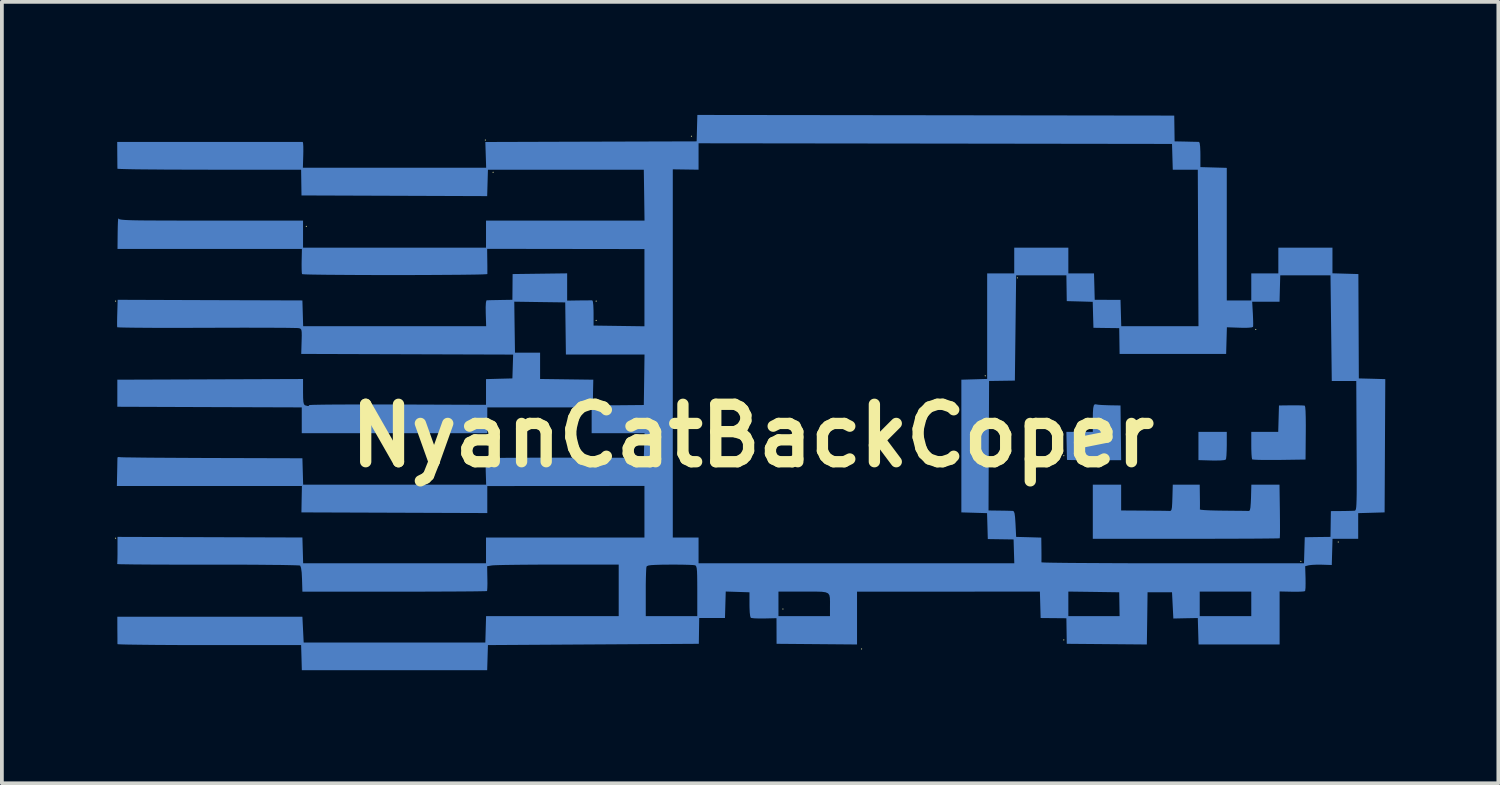
<source format=kicad_pcb>
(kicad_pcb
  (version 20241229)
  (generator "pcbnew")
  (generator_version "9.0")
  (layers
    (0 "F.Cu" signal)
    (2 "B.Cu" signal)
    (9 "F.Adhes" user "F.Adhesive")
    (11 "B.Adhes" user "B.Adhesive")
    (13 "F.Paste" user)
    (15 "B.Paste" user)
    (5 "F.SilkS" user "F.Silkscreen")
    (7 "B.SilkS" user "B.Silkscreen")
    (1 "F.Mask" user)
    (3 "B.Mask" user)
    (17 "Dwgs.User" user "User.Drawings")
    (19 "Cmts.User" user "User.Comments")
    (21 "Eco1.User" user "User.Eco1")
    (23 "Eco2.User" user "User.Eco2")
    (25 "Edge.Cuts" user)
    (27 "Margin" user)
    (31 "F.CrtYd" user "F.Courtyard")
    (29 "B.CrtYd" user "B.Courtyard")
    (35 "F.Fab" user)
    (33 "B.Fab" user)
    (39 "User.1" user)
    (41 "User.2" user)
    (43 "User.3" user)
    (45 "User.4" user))
  (footprint "NyanCatBackCoper"
    (layer "F.Cu")
    (at 16.922 8.512)
    (property "Reference" "NyanCatBackCoper" (at 0 0 0) (layer "F.SilkS") (effects (font (size 1.524 1.524) (thickness 0.3))))
    (attr board_only exclude_from_pos_files exclude_from_bom)
    (fp_poly (pts (xy 12.58 0.248) (xy 12.577 0.398) (xy 12.571 0.523) (xy 12.562 0.607) (xy 12.554 0.632) (xy 12.51 0.647) (xy 12.409 0.656) (xy 12.265 0.658) (xy 12.179 0.657) (xy 11.828 0.647) (xy 11.828 -0.103) (xy 12.58 -0.103)) (stroke (width 0) (type solid)) (fill yes) (layer "B.Cu"))
    (fp_poly (pts (xy 9.113 -0.832) (xy 9.167 -0.823) (xy 9.271 -0.815) (xy 9.406 -0.81) (xy 9.46 -0.808) (xy 9.76 -0.803) (xy 9.769 -0.077) (xy 9.778 0.65) (xy 9.06 0.65) (xy 8.846 0.649) (xy 8.658 0.648) (xy 8.505 0.646) (xy 8.397 0.644) (xy 8.344 0.642) (xy 8.34 0.641) (xy 8.339 0.605) (xy 8.337 0.516) (xy 8.334 0.387) (xy 8.332 0.265) (xy 8.324 -0.103) (xy 9.025 -0.103) (xy 9.025 -0.425) (xy 9.027 -0.608) (xy 9.036 -0.732) (xy 9.052 -0.805) (xy 9.078 -0.835)) (stroke (width 0) (type solid)) (fill yes) (layer "B.Cu"))
    (fp_poly (pts (xy 14.553 -0.805) (xy 14.63 -0.801) (xy 14.649 -0.798) (xy 14.661 -0.76) (xy 14.67 -0.657) (xy 14.675 -0.495) (xy 14.677 -0.277) (xy 14.676 -0.077) (xy 14.67 0.632) (xy 13.973 0.642) (xy 13.762 0.643) (xy 13.574 0.643) (xy 13.42 0.64) (xy 13.311 0.635) (xy 13.257 0.629) (xy 13.253 0.627) (xy 13.244 0.585) (xy 13.236 0.49) (xy 13.231 0.358) (xy 13.23 0.251) (xy 13.23 -0.103) (xy 13.945 -0.103) (xy 13.955 -0.453) (xy 13.965 -0.803) (xy 14.29 -0.807) (xy 14.434 -0.807)) (stroke (width 0) (type solid)) (fill yes) (layer "B.Cu"))
    (fp_poly (pts (xy 9.777 1.983) (xy 10.392 1.987) (xy 10.594 1.989) (xy 10.775 1.99) (xy 10.923 1.992) (xy 11.025 1.994) (xy 11.068 1.996) (xy 11.095 1.99) (xy 11.113 1.962) (xy 11.125 1.899) (xy 11.132 1.789) (xy 11.137 1.649) (xy 11.147 1.299) (xy 11.862 1.299) (xy 11.866 1.615) (xy 11.868 1.757) (xy 11.868 1.871) (xy 11.867 1.943) (xy 11.866 1.957) (xy 11.898 1.965) (xy 11.987 1.973) (xy 12.123 1.98) (xy 12.296 1.985) (xy 12.495 1.988) (xy 12.495 1.988) (xy 12.698 1.99) (xy 12.879 1.992) (xy 13.025 1.993) (xy 13.127 1.995) (xy 13.17 1.996) (xy 13.192 1.976) (xy 13.207 1.908) (xy 13.217 1.783) (xy 13.223 1.649) (xy 13.232 1.299) (xy 13.979 1.299) (xy 13.989 2.003) (xy 13.991 2.215) (xy 13.992 2.403) (xy 13.992 2.556) (xy 13.989 2.664) (xy 13.986 2.717) (xy 13.985 2.721) (xy 13.949 2.723) (xy 13.851 2.725) (xy 13.694 2.727) (xy 13.486 2.729) (xy 13.231 2.731) (xy 12.935 2.732) (xy 12.603 2.733) (xy 12.241 2.734) (xy 11.853 2.735) (xy 11.498 2.735) (xy 9.025 2.735) (xy 9.025 1.299) (xy 9.777 1.299)) (stroke (width 0) (type solid)) (fill yes) (layer "B.Cu"))
    (fp_poly (pts (xy 4.859 -8.504) (xy 11.186 -8.495) (xy 11.191 -8.153) (xy 11.196 -7.811) (xy 11.503 -7.805) (xy 11.644 -7.801) (xy 11.759 -7.799) (xy 11.832 -7.797) (xy 11.845 -7.796) (xy 11.861 -7.763) (xy 11.873 -7.672) (xy 11.879 -7.534) (xy 11.88 -7.461) (xy 11.88 -7.128) (xy 12.58 -7.108) (xy 12.58 -3.59) (xy 13.23 -3.59) (xy 13.23 -4.307) (xy 13.948 -4.307) (xy 13.948 -4.991) (xy 15.384 -4.991) (xy 15.384 -4.31) (xy 15.728 -4.3) (xy 16.072 -4.29) (xy 16.078 -2.906) (xy 16.084 -1.521) (xy 16.435 -1.512) (xy 16.786 -1.502) (xy 16.777 0.266) (xy 16.768 2.034) (xy 16.418 2.044) (xy 16.067 2.054) (xy 16.067 2.735) (xy 15.386 2.735) (xy 15.376 3.082) (xy 15.366 3.43) (xy 15.107 3.422) (xy 14.967 3.421) (xy 14.842 3.427) (xy 14.758 3.437) (xy 14.754 3.438) (xy 14.66 3.462) (xy 14.67 3.781) (xy 14.671 3.922) (xy 14.669 4.037) (xy 14.661 4.108) (xy 14.656 4.123) (xy 14.614 4.132) (xy 14.52 4.138) (xy 14.39 4.14) (xy 14.308 4.139) (xy 13.982 4.132) (xy 13.982 5.538) (xy 11.831 5.538) (xy 11.821 5.188) (xy 11.811 4.837) (xy 11.486 4.843) (xy 11.162 4.85) (xy 11.159 4.786) (xy 11.862 4.786) (xy 13.23 4.786) (xy 13.23 4.136) (xy 11.862 4.136) (xy 11.862 4.786) (xy 11.159 4.786) (xy 11.127 4.154) (xy 10.478 4.154) (xy 10.469 4.846) (xy 10.459 5.539) (xy 9.397 5.53) (xy 8.334 5.521) (xy 8.329 5.182) (xy 8.324 4.843) (xy 7.982 4.84) (xy 7.641 4.837) (xy 7.631 4.486) (xy 7.621 4.136) (xy 5.195 4.137) (xy 2.769 4.138) (xy 2.769 5.539) (xy 1.702 5.53) (xy 0.634 5.521) (xy 0.633 5.181) (xy 0.632 4.841) (xy 0.308 4.849) (xy 0.163 4.849) (xy 0.044 4.845) (xy -0.033 4.836) (xy -0.051 4.83) (xy -0.066 4.786) (xy 0.684 4.786) (xy 2.051 4.786) (xy 2.051 4.538) (xy 2.052 4.403) (xy 2.049 4.302) (xy 2.035 4.23) (xy 2 4.182) (xy 1.935 4.154) (xy 1.833 4.14) (xy 1.685 4.136) (xy 1.481 4.136) (xy 1.346 4.136) (xy 0.684 4.136) (xy 0.684 4.786) (xy -0.066 4.786) (xy -0.066 4.786) (xy -0.078 4.69) (xy -0.084 4.559) (xy -0.085 4.478) (xy -0.085 4.154) (xy -0.4 4.144) (xy -0.681 4.135) (xy 8.376 4.135) (xy 8.376 4.786) (xy 9.736 4.786) (xy 9.731 4.47) (xy 9.726 4.154) (xy 9.051 4.144) (xy 8.376 4.135) (xy -0.681 4.135) (xy -0.715 4.134) (xy -0.725 4.486) (xy -0.735 4.837) (xy -1.419 4.837) (xy -1.424 5.179) (xy -1.429 5.521) (xy -4.227 5.538) (xy -7.025 5.555) (xy -7.035 5.888) (xy -7.045 6.222) (xy -11.963 6.222) (xy -11.972 5.888) (xy -11.982 5.555) (xy -14.418 5.555) (xy -14.819 5.555) (xy -15.2 5.554) (xy -15.555 5.552) (xy -15.878 5.55) (xy -16.164 5.547) (xy -16.409 5.544) (xy -16.605 5.541) (xy -16.748 5.537) (xy -16.833 5.533) (xy -16.855 5.53) (xy -16.856 5.487) (xy -16.856 5.391) (xy -16.857 5.258) (xy -16.858 5.153) (xy -16.859 4.803) (xy -11.948 4.803) (xy -11.914 5.487) (xy -7.094 5.487) (xy -7.084 5.136) (xy -7.074 4.786) (xy -3.555 4.786) (xy -2.837 4.786) (xy -1.47 4.786) (xy -1.47 4.123) (xy -1.471 3.892) (xy -1.473 3.721) (xy -1.477 3.599) (xy -1.485 3.519) (xy -1.497 3.471) (xy -1.513 3.447) (xy -1.527 3.438) (xy -1.579 3.431) (xy -1.687 3.426) (xy -1.838 3.422) (xy -2.021 3.42) (xy -2.191 3.42) (xy -2.414 3.422) (xy -2.578 3.427) (xy -2.691 3.433) (xy -2.763 3.443) (xy -2.802 3.458) (xy -2.818 3.475) (xy -2.824 3.525) (xy -2.829 3.631) (xy -2.834 3.781) (xy -2.837 3.964) (xy -2.837 4.156) (xy -2.837 4.786) (xy -3.555 4.786) (xy -3.555 3.419) (xy -5.171 3.419) (xy -5.501 3.419) (xy -5.814 3.421) (xy -6.103 3.423) (xy -6.36 3.426) (xy -6.577 3.429) (xy -6.747 3.433) (xy -6.863 3.437) (xy -6.916 3.441) (xy -7.046 3.462) (xy -7.04 3.783) (xy -7.038 3.924) (xy -7.041 4.038) (xy -7.046 4.107) (xy -7.05 4.121) (xy -7.086 4.124) (xy -7.185 4.126) (xy -7.341 4.129) (xy -7.549 4.131) (xy -7.804 4.133) (xy -8.1 4.134) (xy -8.432 4.136) (xy -8.793 4.137) (xy -9.179 4.137) (xy -9.507 4.137) (xy -11.948 4.138) (xy -11.958 3.805) (xy -11.967 3.628) (xy -11.984 3.507) (xy -12.006 3.448) (xy -12.009 3.445) (xy -12.049 3.441) (xy -12.152 3.437) (xy -12.313 3.433) (xy -12.525 3.429) (xy -12.783 3.427) (xy -13.081 3.424) (xy -13.414 3.422) (xy -13.777 3.421) (xy -14.164 3.421) (xy -14.461 3.421) (xy -14.859 3.421) (xy -15.237 3.421) (xy -15.589 3.42) (xy -15.909 3.419) (xy -16.192 3.417) (xy -16.432 3.415) (xy -16.625 3.412) (xy -16.764 3.41) (xy -16.844 3.407) (xy -16.862 3.404) (xy -16.859 3.364) (xy -16.856 3.27) (xy -16.854 3.139) (xy -16.854 3.034) (xy -16.854 2.684) (xy -14.401 2.692) (xy -11.948 2.7) (xy -11.938 3.042) (xy -11.928 3.384) (xy -7.076 3.384) (xy -7.076 2.701) (xy -2.872 2.701) (xy -2.12 2.701) (xy -1.436 2.701) (xy -1.436 3.384) (xy 6.942 3.384) (xy 6.932 3.068) (xy 6.923 2.752) (xy 6.581 2.747) (xy 6.239 2.742) (xy 6.229 2.398) (xy 6.219 2.054) (xy 5.878 2.044) (xy 5.537 2.034) (xy 5.537 1.983) (xy 6.258 1.983) (xy 6.556 1.987) (xy 6.697 1.989) (xy 6.816 1.992) (xy 6.892 1.994) (xy 6.906 1.995) (xy 6.931 2.011) (xy 6.949 2.062) (xy 6.962 2.158) (xy 6.972 2.309) (xy 6.974 2.342) (xy 6.991 2.684) (xy 7.324 2.693) (xy 7.658 2.703) (xy 7.662 3.018) (xy 7.663 3.159) (xy 7.663 3.274) (xy 7.662 3.345) (xy 7.662 3.359) (xy 7.695 3.362) (xy 7.791 3.366) (xy 7.947 3.369) (xy 8.158 3.372) (xy 8.419 3.375) (xy 8.726 3.377) (xy 9.074 3.379) (xy 9.459 3.381) (xy 9.876 3.383) (xy 10.32 3.384) (xy 10.788 3.384) (xy 11.143 3.384) (xy 14.629 3.384) (xy 14.639 3.039) (xy 14.649 2.693) (xy 14.99 2.688) (xy 15.332 2.684) (xy 15.337 2.342) (xy 15.342 2) (xy 15.628 1.998) (xy 15.768 1.996) (xy 15.886 1.993) (xy 15.963 1.99) (xy 15.974 1.989) (xy 15.987 1.984) (xy 15.998 1.97) (xy 16.008 1.94) (xy 16.015 1.89) (xy 16.02 1.813) (xy 16.024 1.703) (xy 16.027 1.557) (xy 16.028 1.367) (xy 16.028 1.128) (xy 16.028 0.835) (xy 16.026 0.483) (xy 16.025 0.265) (xy 16.016 -1.453) (xy 15.366 -1.453) (xy 15.349 -2.855) (xy 15.332 -4.256) (xy 13.999 -4.256) (xy 13.989 -3.906) (xy 13.98 -3.555) (xy 13.254 -3.555) (xy 13.272 -3.239) (xy 13.278 -3.097) (xy 13.281 -2.979) (xy 13.279 -2.905) (xy 13.277 -2.889) (xy 13.238 -2.874) (xy 13.14 -2.865) (xy 12.993 -2.864) (xy 12.923 -2.866) (xy 12.583 -2.878) (xy 12.573 -2.524) (xy 12.563 -2.171) (xy 9.736 -2.171) (xy 9.731 -2.513) (xy 9.726 -2.855) (xy 9.384 -2.859) (xy 9.042 -2.864) (xy 9.032 -3.209) (xy 9.023 -3.553) (xy 8.678 -3.563) (xy 8.334 -3.572) (xy 8.329 -3.914) (xy 8.324 -4.256) (xy 6.991 -4.256) (xy 6.974 -2.859) (xy 6.957 -1.463) (xy 6.615 -1.458) (xy 6.273 -1.453) (xy 6.265 0.265) (xy 6.258 1.983) (xy 5.537 1.983) (xy 5.537 -1.487) (xy 5.879 -1.497) (xy 6.222 -1.507) (xy 6.222 -4.307) (xy 6.94 -4.307) (xy 6.94 -4.991) (xy 8.376 -4.991) (xy 8.376 -4.307) (xy 9.057 -4.307) (xy 9.067 -3.957) (xy 9.076 -3.607) (xy 9.418 -3.606) (xy 9.76 -3.606) (xy 9.77 -3.256) (xy 9.78 -2.906) (xy 11.829 -2.906) (xy 11.82 -4.983) (xy 11.811 -7.059) (xy 11.147 -7.059) (xy 11.137 -7.401) (xy 11.127 -7.743) (xy 4.846 -7.752) (xy -1.436 -7.76) (xy -1.436 -7.059) (xy -1.778 -7.064) (xy -2.12 -7.069) (xy -2.12 2.701) (xy -2.872 2.701) (xy -2.872 1.332) (xy -4.957 1.334) (xy -7.042 1.335) (xy -7.042 2.052) (xy -9.508 2.043) (xy -11.974 2.034) (xy -11.968 1.684) (xy -11.961 1.333) (xy -14.416 1.333) (xy -16.871 1.333) (xy -16.863 0.966) (xy -16.86 0.814) (xy -16.858 0.688) (xy -16.856 0.603) (xy -16.855 0.576) (xy -16.827 0.564) (xy -16.794 0.568) (xy -16.75 0.571) (xy -16.644 0.574) (xy -16.481 0.576) (xy -16.266 0.579) (xy -16.006 0.582) (xy -15.706 0.584) (xy -15.371 0.586) (xy -15.007 0.588) (xy -14.62 0.59) (xy -14.341 0.591) (xy -11.948 0.598) (xy -11.938 0.949) (xy -11.928 1.299) (xy -7.072 1.299) (xy -7.083 0.957) (xy -7.086 0.794) (xy -7.082 0.687) (xy -7.07 0.626) (xy -7.049 0.599) (xy -7.045 0.598) (xy -7.003 0.594) (xy -6.899 0.591) (xy -6.739 0.589) (xy -6.528 0.586) (xy -6.273 0.585) (xy -5.981 0.583) (xy -5.657 0.582) (xy -5.307 0.582) (xy -4.943 0.582) (xy -2.889 0.585) (xy -2.879 0.259) (xy -2.869 -0.068) (xy -4.273 -0.068) (xy -4.273 -0.752) (xy -7.042 -0.752) (xy -7.042 -0.068) (xy -11.965 -0.068) (xy -11.965 -0.752) (xy -14.412 -0.76) (xy -16.859 -0.769) (xy -16.859 -1.487) (xy -14.395 -1.496) (xy -11.931 -1.505) (xy -11.931 -1.166) (xy -11.929 -1.006) (xy -11.922 -0.901) (xy -11.908 -0.841) (xy -11.886 -0.812) (xy -11.877 -0.807) (xy -11.804 -0.788) (xy -11.769 -0.796) (xy -11.772 -0.812) (xy -11.741 -0.816) (xy -11.648 -0.82) (xy -11.497 -0.823) (xy -11.294 -0.826) (xy -11.044 -0.828) (xy -10.754 -0.829) (xy -10.428 -0.83) (xy -10.072 -0.83) (xy -9.691 -0.829) (xy -9.432 -0.829) (xy -7.076 -0.82) (xy -7.076 -1.502) (xy -6.726 -1.512) (xy -6.376 -1.521) (xy -6.366 -1.837) (xy -6.356 -2.153) (xy -9.167 -2.162) (xy -11.979 -2.171) (xy -11.969 -2.503) (xy -11.965 -2.656) (xy -11.967 -2.753) (xy -11.976 -2.81) (xy -11.996 -2.838) (xy -12.029 -2.852) (xy -12.039 -2.854) (xy -12.086 -2.858) (xy -12.196 -2.86) (xy -12.362 -2.863) (xy -12.579 -2.864) (xy -12.842 -2.866) (xy -13.145 -2.866) (xy -13.481 -2.867) (xy -13.846 -2.866) (xy -14.232 -2.865) (xy -14.486 -2.864) (xy -14.882 -2.863) (xy -15.257 -2.862) (xy -15.606 -2.863) (xy -15.924 -2.863) (xy -16.205 -2.865) (xy -16.443 -2.867) (xy -16.633 -2.87) (xy -16.769 -2.873) (xy -16.846 -2.877) (xy -16.862 -2.879) (xy -16.865 -2.922) (xy -16.865 -3.017) (xy -16.863 -3.15) (xy -16.86 -3.255) (xy -16.85 -3.607) (xy -14.399 -3.598) (xy -11.948 -3.59) (xy -11.938 -3.248) (xy -11.928 -2.906) (xy -7.072 -2.906) (xy -7.083 -3.248) (xy -7.085 -3.413) (xy -7.079 -3.528) (xy -7.073 -3.557) (xy -6.326 -3.557) (xy -6.317 -2.881) (xy -6.307 -2.205) (xy -5.641 -2.205) (xy -5.641 -1.506) (xy -4.229 -1.487) (xy -4.236 -1.171) (xy -4.238 -1.03) (xy -4.236 -0.915) (xy -4.231 -0.843) (xy -4.227 -0.829) (xy -4.19 -0.821) (xy -4.095 -0.815) (xy -3.953 -0.811) (xy -3.774 -0.809) (xy -3.571 -0.809) (xy -3.55 -0.809) (xy -2.889 -0.815) (xy -2.879 -1.484) (xy -2.87 -2.154) (xy -4.956 -2.154) (xy -4.974 -3.538) (xy -5.65 -3.547) (xy -6.326 -3.557) (xy -7.073 -3.557) (xy -7.066 -3.587) (xy -7.059 -3.593) (xy -7.012 -3.595) (xy -6.913 -3.598) (xy -6.78 -3.6) (xy -6.7 -3.602) (xy -6.376 -3.607) (xy -6.373 -3.948) (xy -6.37 -4.29) (xy -4.923 -4.309) (xy -4.923 -3.585) (xy -4.607 -3.59) (xy -4.464 -3.591) (xy -4.347 -3.592) (xy -4.272 -3.592) (xy -4.256 -3.592) (xy -4.24 -3.558) (xy -4.229 -3.467) (xy -4.223 -3.329) (xy -4.222 -3.256) (xy -4.222 -2.923) (xy -2.872 -2.904) (xy -2.872 -4.953) (xy -4.959 -4.956) (xy -7.046 -4.959) (xy -7.042 -4.642) (xy -7.04 -4.499) (xy -7.04 -4.381) (xy -7.04 -4.306) (xy -7.04 -4.29) (xy -7.073 -4.286) (xy -7.169 -4.281) (xy -7.319 -4.277) (xy -7.518 -4.274) (xy -7.759 -4.271) (xy -8.036 -4.269) (xy -8.341 -4.267) (xy -8.668 -4.265) (xy -9.012 -4.264) (xy -9.364 -4.264) (xy -9.719 -4.264) (xy -10.07 -4.264) (xy -10.41 -4.265) (xy -10.733 -4.267) (xy -11.032 -4.269) (xy -11.3 -4.271) (xy -11.532 -4.274) (xy -11.72 -4.277) (xy -11.858 -4.281) (xy -11.939 -4.286) (xy -11.958 -4.289) (xy -11.964 -4.328) (xy -11.968 -4.42) (xy -11.969 -4.548) (xy -11.968 -4.631) (xy -11.961 -4.957) (xy -16.854 -4.957) (xy -16.85 -5.393) (xy -16.847 -5.55) (xy -16.843 -5.673) (xy -16.837 -5.75) (xy -16.831 -5.772) (xy -16.83 -5.769) (xy -16.824 -5.757) (xy -16.809 -5.747) (xy -16.781 -5.739) (xy -16.734 -5.732) (xy -16.664 -5.726) (xy -16.567 -5.721) (xy -16.438 -5.717) (xy -16.272 -5.714) (xy -16.064 -5.712) (xy -15.81 -5.711) (xy -15.506 -5.71) (xy -15.145 -5.709) (xy -14.725 -5.709) (xy -14.373 -5.709) (xy -11.931 -5.709) (xy -11.931 -4.991) (xy -7.076 -4.991) (xy -7.076 -5.709) (xy -2.87 -5.709) (xy -2.879 -6.384) (xy -2.889 -7.059) (xy -7.025 -7.059) (xy -7.035 -6.709) (xy -7.045 -6.358) (xy -11.972 -6.376) (xy -11.977 -6.717) (xy -11.982 -7.059) (xy -14.418 -7.059) (xy -14.819 -7.06) (xy -15.2 -7.061) (xy -15.555 -7.062) (xy -15.878 -7.065) (xy -16.165 -7.067) (xy -16.409 -7.07) (xy -16.605 -7.074) (xy -16.749 -7.078) (xy -16.834 -7.082) (xy -16.856 -7.085) (xy -16.857 -7.128) (xy -16.858 -7.224) (xy -16.859 -7.356) (xy -16.86 -7.453) (xy -16.862 -7.795) (xy -14.413 -7.795) (xy -14.01 -7.795) (xy -13.627 -7.795) (xy -13.269 -7.795) (xy -12.943 -7.795) (xy -12.652 -7.795) (xy -12.404 -7.795) (xy -12.203 -7.795) (xy -12.055 -7.795) (xy -11.965 -7.795) (xy -11.939 -7.795) (xy -11.93 -7.763) (xy -11.924 -7.677) (xy -11.923 -7.552) (xy -11.925 -7.453) (xy -11.935 -7.111) (xy -7.072 -7.111) (xy -7.094 -7.794) (xy -4.29 -7.803) (xy -1.487 -7.811) (xy -1.468 -8.512)) (stroke (width 0) (type solid)) (fill yes) (layer "B.Cu"))
    (fp_poly (pts (xy -16.888 -3.572) (xy -16.905 -3.555) (xy -16.922 -3.572) (xy -16.905 -3.59)) (stroke (width 0) (type solid)) (fill yes) (layer "F.SilkS"))
    (fp_poly (pts (xy -16.888 2.718) (xy -16.905 2.735) (xy -16.922 2.718) (xy -16.905 2.701)) (stroke (width 0) (type solid)) (fill yes) (layer "F.SilkS"))
    (fp_poly (pts (xy -11.828 -5.555) (xy -11.845 -5.538) (xy -11.862 -5.555) (xy -11.845 -5.572)) (stroke (width 0) (type solid)) (fill yes) (layer "F.SilkS"))
    (fp_poly (pts (xy -7.076 -7.846) (xy -7.094 -7.829) (xy -7.111 -7.846) (xy -7.094 -7.863)) (stroke (width 0) (type solid)) (fill yes) (layer "F.SilkS"))
    (fp_poly (pts (xy -6.871 -6.991) (xy -6.888 -6.974) (xy -6.906 -6.991) (xy -6.888 -7.008)) (stroke (width 0) (type solid)) (fill yes) (layer "F.SilkS"))
    (fp_poly (pts (xy -4.136 -3.572) (xy -4.154 -3.555) (xy -4.171 -3.572) (xy -4.154 -3.59)) (stroke (width 0) (type solid)) (fill yes) (layer "F.SilkS"))
    (fp_poly (pts (xy -4.136 -3.06) (xy -4.154 -3.043) (xy -4.171 -3.06) (xy -4.154 -3.077)) (stroke (width 0) (type solid)) (fill yes) (layer "F.SilkS"))
    (fp_poly (pts (xy -1.607 -7.948) (xy -1.624 -7.931) (xy -1.641 -7.948) (xy -1.624 -7.965)) (stroke (width 0) (type solid)) (fill yes) (layer "F.SilkS"))
    (fp_poly (pts (xy 0.82 4.598) (xy 0.803 4.615) (xy 0.786 4.598) (xy 0.803 4.581)) (stroke (width 0) (type solid)) (fill yes) (layer "F.SilkS"))
    (fp_poly (pts (xy 2.906 5.658) (xy 2.889 5.675) (xy 2.872 5.658) (xy 2.889 5.641)) (stroke (width 0) (type solid)) (fill yes) (layer "F.SilkS"))
    (fp_poly (pts (xy 6.188 -1.59) (xy 6.171 -1.573) (xy 6.153 -1.59) (xy 6.171 -1.607)) (stroke (width 0) (type solid)) (fill yes) (layer "F.SilkS"))
    (fp_poly (pts (xy 7.042 -4.188) (xy 7.025 -4.171) (xy 7.008 -4.188) (xy 7.025 -4.205)) (stroke (width 0) (type solid)) (fill yes) (layer "F.SilkS"))
    (fp_poly (pts (xy 8.273 0.53) (xy 8.256 0.547) (xy 8.239 0.53) (xy 8.256 0.513)) (stroke (width 0) (type solid)) (fill yes) (layer "F.SilkS"))
    (fp_poly (pts (xy 8.273 5.418) (xy 8.256 5.436) (xy 8.239 5.418) (xy 8.256 5.401)) (stroke (width 0) (type solid)) (fill yes) (layer "F.SilkS"))
    (fp_poly (pts (xy 13.367 -2.82) (xy 13.35 -2.803) (xy 13.332 -2.82) (xy 13.35 -2.837)) (stroke (width 0) (type solid)) (fill yes) (layer "F.SilkS"))
    (fp_poly (pts (xy 14.563 3.333) (xy 14.546 3.35) (xy 14.529 3.333) (xy 14.546 3.316)) (stroke (width 0) (type solid)) (fill yes) (layer "F.SilkS"))
    (fp_poly (pts (xy 15.555 2.82) (xy 15.537 2.837) (xy 15.52 2.82) (xy 15.537 2.803)) (stroke (width 0) (type solid)) (fill yes) (layer "F.SilkS")))
  (gr_rect
    (start -3 -3)
    (end 36.708 17.734)
    (stroke (width 0.1) (type default))
    (fill no)
    (layer "Edge.Cuts")))
</source>
